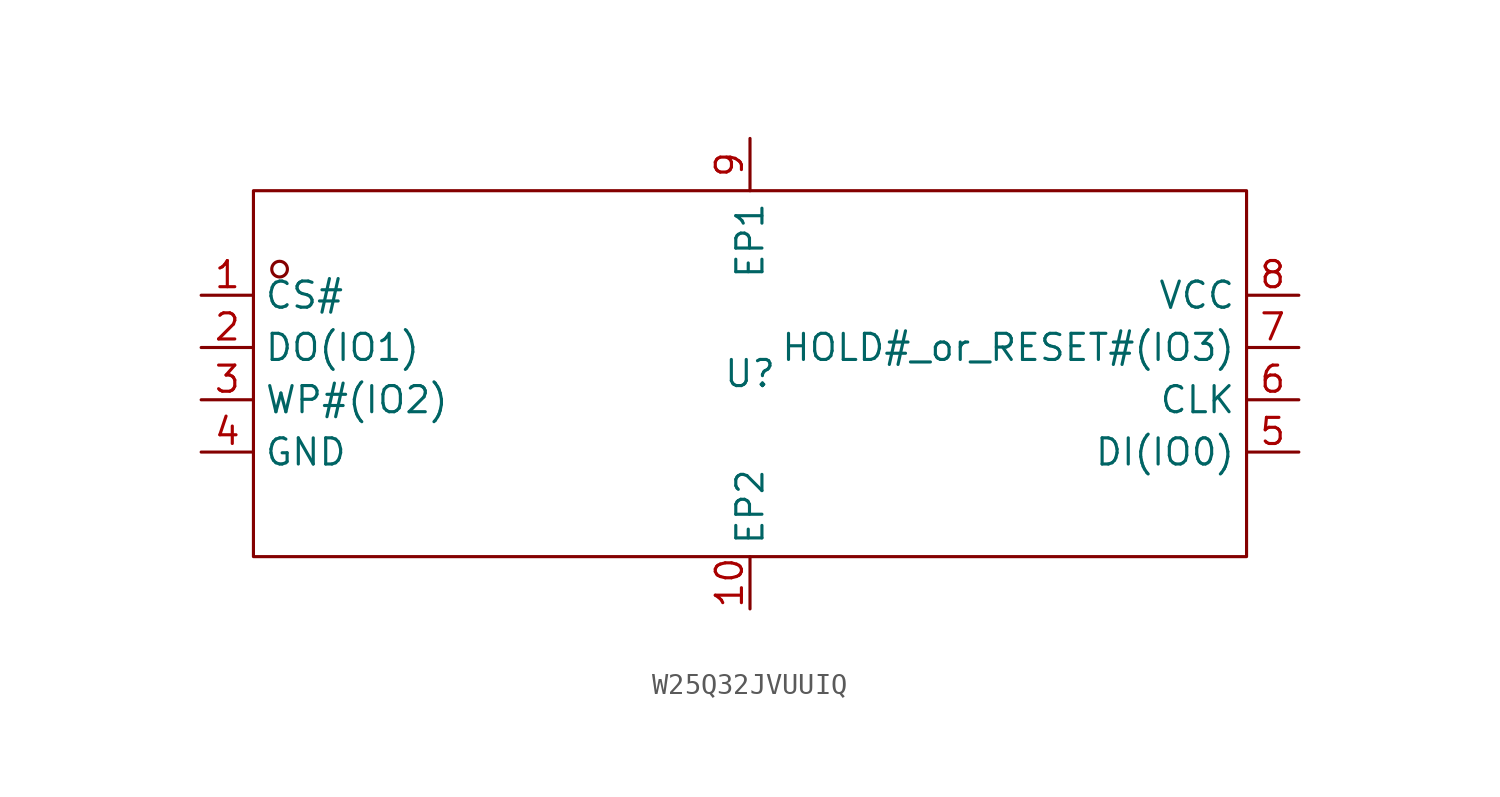
<source format=kicad_sym>
(kicad_symbol_lib
  (version 20241209)
  (generator "kicad_symbol_editor")
  (generator_version "9.0")
  (symbol "W25Q32JVUUIQ"
    (property "Reference" "U"
      (at 0 0 0)
      (effects (font (size 1.27 1.27))))
    (property "Value" ""
      (at 0 0 0)
      (effects (font (size 1.27 1.27))))
    (symbol "W25Q32JVUUIQ_1_0"
      (rectangle (start -24.13 -8.89) (end 24.13 8.89) (stroke (width 0) (type default)) (fill (type none)))
      (circle (center -22.86 5.08) (radius 0.381) (stroke (width 0) (type default)) (fill (type none)))
      (pin unspecified line (at -26.67 3.81 0) (length 2.54) (name "CS#" (effects (font (size 1.27 1.27)))) (number "1" (effects (font (size 1.27 1.27)))))
      (pin unspecified line (at -26.67 1.27 0) (length 2.54) (name "DO(IO1)" (effects (font (size 1.27 1.27)))) (number "2" (effects (font (size 1.27 1.27)))))
      (pin unspecified line (at -26.67 -1.27 0) (length 2.54) (name "WP#(IO2)" (effects (font (size 1.27 1.27)))) (number "3" (effects (font (size 1.27 1.27)))))
      (pin unspecified line (at -26.67 -3.81 0) (length 2.54) (name "GND" (effects (font (size 1.27 1.27)))) (number "4" (effects (font (size 1.27 1.27)))))
      (pin unspecified line (at 0 11.43 270) (length 2.54) (name "EP1" (effects (font (size 1.27 1.27)))) (number "9" (effects (font (size 1.27 1.27)))))
      (pin unspecified line (at 0 -11.43 90) (length 2.54) (name "EP2" (effects (font (size 1.27 1.27)))) (number "10" (effects (font (size 1.27 1.27)))))
      (pin unspecified line (at 26.67 3.81 180) (length 2.54) (name "VCC" (effects (font (size 1.27 1.27)))) (number "8" (effects (font (size 1.27 1.27)))))
      (pin unspecified line (at 26.67 1.27 180) (length 2.54) (name "HOLD#_or_RESET#(IO3)" (effects (font (size 1.27 1.27)))) (number "7" (effects (font (size 1.27 1.27)))))
      (pin unspecified line (at 26.67 -1.27 180) (length 2.54) (name "CLK" (effects (font (size 1.27 1.27)))) (number "6" (effects (font (size 1.27 1.27)))))
      (pin unspecified line (at 26.67 -3.81 180) (length 2.54) (name "DI(IO0)" (effects (font (size 1.27 1.27)))) (number "5" (effects (font (size 1.27 1.27))))))))
</source>
